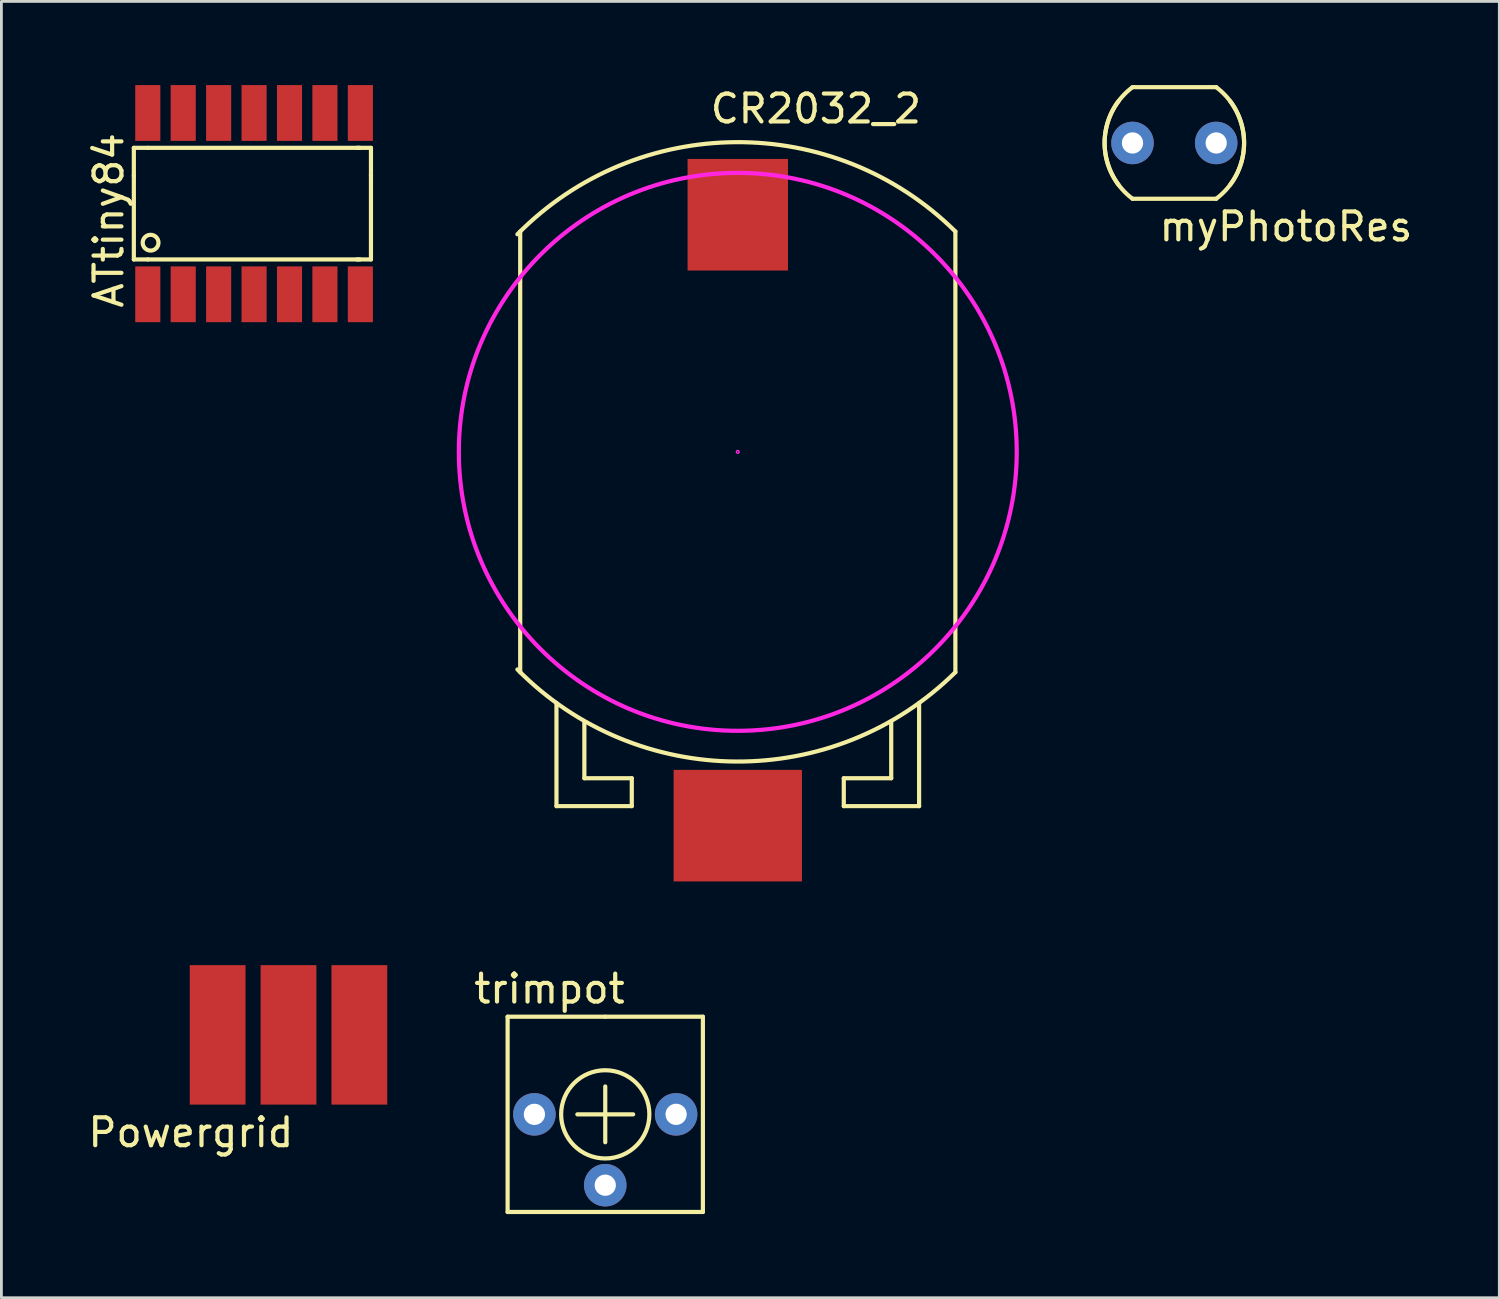
<source format=kicad_pcb>
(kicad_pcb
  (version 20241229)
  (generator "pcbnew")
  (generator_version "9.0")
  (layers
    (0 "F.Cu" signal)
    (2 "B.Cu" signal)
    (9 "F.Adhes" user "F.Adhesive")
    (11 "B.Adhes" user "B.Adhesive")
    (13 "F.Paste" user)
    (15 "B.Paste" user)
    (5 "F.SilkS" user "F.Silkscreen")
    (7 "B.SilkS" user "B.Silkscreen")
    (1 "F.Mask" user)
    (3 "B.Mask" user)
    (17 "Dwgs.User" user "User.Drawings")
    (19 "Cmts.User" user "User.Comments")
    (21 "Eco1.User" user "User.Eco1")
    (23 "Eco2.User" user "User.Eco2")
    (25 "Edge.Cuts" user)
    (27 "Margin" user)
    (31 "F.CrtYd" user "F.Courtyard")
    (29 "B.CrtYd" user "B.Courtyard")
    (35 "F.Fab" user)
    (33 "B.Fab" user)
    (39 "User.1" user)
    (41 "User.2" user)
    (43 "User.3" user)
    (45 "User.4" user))
  (footprint "trimpot"
    (layer "F.Cu")
    (at 18.647 36.897)
    (property "Reference" "trimpot" (at -2 -4.5 0) (layer "F.SilkS") (effects (font (size 1 1) (thickness 0.15))))
    (attr through_hole)
    (fp_line (start -3.5 -3.5) (end 0 -3.5) (stroke (width 0.15) (type solid)) (layer "F.SilkS"))
    (fp_line (start -3.5 3.5) (end -3.5 -3.5) (stroke (width 0.15) (type solid)) (layer "F.SilkS"))
    (fp_line (start 0 -3.5) (end 3.5 -3.5) (stroke (width 0.15) (type solid)) (layer "F.SilkS"))
    (fp_line (start 0 -1) (end 0 1) (stroke (width 0.15) (type solid)) (layer "F.SilkS"))
    (fp_line (start 1 0) (end -1 0) (stroke (width 0.15) (type solid)) (layer "F.SilkS"))
    (fp_line (start 3.5 -3.5) (end 3.5 3.5) (stroke (width 0.15) (type solid)) (layer "F.SilkS"))
    (fp_line (start 3.5 3.5) (end -3.5 3.5) (stroke (width 0.15) (type solid)) (layer "F.SilkS"))
    (fp_circle (center 0 0) (end 1.5 -0.5) (stroke (width 0.15) (type solid)) (fill no) (layer "F.SilkS"))
    (pad "1" thru_hole circle (at -2.54 0) (size 1.524 1.524) (drill 0.762) (layers "*.Cu" "*.Mask"))
    (pad "2" thru_hole circle (at 0 2.54) (size 1.524 1.524) (drill 0.762) (layers "*.Cu" "*.Mask"))
    (pad "3" thru_hole circle (at 2.54 0) (size 1.524 1.524) (drill 0.762) (layers "*.Cu" "*.Mask")))
  (footprint "Powergrid"
    (layer "F.Cu")
    (at 7.292 34.048)
    (property "Reference" "Powergrid" (at -3.5 3.5 0) (layer "F.SilkS") (effects (font (size 1 1) (thickness 0.15))))
    (attr through_hole)
    (pad "1" connect rect (at 2.54 0) (size 2 5) (layers "F.Cu" "F.Mask"))
    (pad "2" connect rect (at 0 0) (size 2 5) (layers "F.Cu" "F.Mask"))
    (pad "3" connect rect (at -2.54 0) (size 2 5) (layers "F.Cu" "F.Mask")))
  (footprint "ATtiny84"
    (layer "F.Cu")
    (at 2.248 7.5)
    (property "Reference" "ATtiny84" (at -1.4 -2.65 90) (layer "F.SilkS") (effects (font (size 1 1) (thickness 0.15))))
    (attr through_hole)
    (fp_line (start -0.5 -4.25) (end -0.5 -5.25) (stroke (width 0.15) (type solid)) (layer "F.SilkS"))
    (fp_line (start -0.5 -4.25) (end -0.5 -1.25) (stroke (width 0.15) (type solid)) (layer "F.SilkS"))
    (fp_line (start -0.5 -1.25) (end 0 -1.25) (stroke (width 0.15) (type solid)) (layer "F.SilkS"))
    (fp_line (start 0 -5.25) (end -0.5 -5.25) (stroke (width 0.15) (type solid)) (layer "F.SilkS"))
    (fp_line (start 0 -5.25) (end 7.6 -5.25) (stroke (width 0.15) (type solid)) (layer "F.SilkS"))
    (fp_line (start 7.5 -1.25) (end 8 -1.25) (stroke (width 0.15) (type solid)) (layer "F.SilkS"))
    (fp_line (start 7.6 -1.25) (end 0 -1.25) (stroke (width 0.15) (type solid)) (layer "F.SilkS"))
    (fp_line (start 8 -5.25) (end 7.5 -5.25) (stroke (width 0.15) (type solid)) (layer "F.SilkS"))
    (fp_line (start 8 -4.25) (end 8 -5.25) (stroke (width 0.15) (type solid)) (layer "F.SilkS"))
    (fp_line (start 8 -1.25) (end 8 -4.25) (stroke (width 0.15) (type solid)) (layer "F.SilkS"))
    (fp_circle (center 0.1 -1.85) (end 0.3 -2.05) (stroke (width 0.15) (type solid)) (fill no) (layer "F.SilkS"))
    (pad "1" smd rect (at 0 0) (size 0.9 2) (layers "F.Cu" "F.Mask" "F.Paste"))
    (pad "2" smd rect (at 1.27 0) (size 0.9 2) (layers "F.Cu" "F.Mask" "F.Paste"))
    (pad "3" smd rect (at 2.54 0) (size 0.9 2) (layers "F.Cu" "F.Mask" "F.Paste"))
    (pad "4" smd rect (at 3.81 0) (size 0.9 2) (layers "F.Cu" "F.Mask" "F.Paste"))
    (pad "5" smd rect (at 5.08 0) (size 0.9 2) (layers "F.Cu" "F.Mask" "F.Paste"))
    (pad "6" smd rect (at 6.35 0) (size 0.9 2) (layers "F.Cu" "F.Mask" "F.Paste"))
    (pad "7" smd rect (at 7.62 0) (size 0.9 2) (layers "F.Cu" "F.Mask" "F.Paste"))
    (pad "8" smd rect (at 7.62 -6.5) (size 0.9 2) (layers "F.Cu" "F.Mask" "F.Paste"))
    (pad "9" smd rect (at 6.35 -6.5) (size 0.9 2) (layers "F.Cu" "F.Mask" "F.Paste"))
    (pad "10" smd rect (at 5.08 -6.5) (size 0.9 2) (layers "F.Cu" "F.Mask" "F.Paste"))
    (pad "11" smd rect (at 3.81 -6.5) (size 0.9 2) (layers "F.Cu" "F.Mask" "F.Paste"))
    (pad "12" smd rect (at 2.54 -6.5) (size 0.9 2) (layers "F.Cu" "F.Mask" "F.Paste"))
    (pad "13" smd rect (at 1.27 -6.5) (size 0.9 2) (layers "F.Cu" "F.Mask" "F.Paste"))
    (pad "14" smd rect (at 0 -6.5) (size 0.9 2) (layers "F.Cu" "F.Mask" "F.Paste")))
  (footprint "CR2032_2"
    (layer "F.Cu")
    (at 23.398 4.648)
    (property "Reference" "CR2032_2" (at 2.8 -3.8 0) (layer "F.SilkS") (effects (font (size 1 1) (thickness 0.15))))
    (attr through_hole)
    (fp_line (start -7.8 16.4) (end -7.8 0.6) (stroke (width 0.15) (type solid)) (layer "F.SilkS"))
    (fp_line (start -6.5 21.2) (end -6.5 17.5) (stroke (width 0.15) (type solid)) (layer "F.SilkS"))
    (fp_line (start -5.5 20.2) (end -5.5 18.2) (stroke (width 0.15) (type solid)) (layer "F.SilkS"))
    (fp_line (start -3.8 20.2) (end -5.5 20.2) (stroke (width 0.15) (type solid)) (layer "F.SilkS"))
    (fp_line (start -3.8 21.2) (end -6.5 21.2) (stroke (width 0.15) (type solid)) (layer "F.SilkS"))
    (fp_line (start -3.8 21.2) (end -3.8 20.2) (stroke (width 0.15) (type solid)) (layer "F.SilkS"))
    (fp_line (start 3.8 20.2) (end 5.5 20.2) (stroke (width 0.15) (type solid)) (layer "F.SilkS"))
    (fp_line (start 3.8 21.2) (end 3.8 20.2) (stroke (width 0.15) (type solid)) (layer "F.SilkS"))
    (fp_line (start 3.8 21.2) (end 6.5 21.2) (stroke (width 0.15) (type solid)) (layer "F.SilkS"))
    (fp_line (start 5.5 20.2) (end 5.5 18.2) (stroke (width 0.15) (type solid)) (layer "F.SilkS"))
    (fp_line (start 6.5 21.2) (end 6.5 17.5) (stroke (width 0.15) (type solid)) (layer "F.SilkS"))
    (fp_line (start 7.8 0.6) (end 7.8 16.4) (stroke (width 0.15) (type solid)) (layer "F.SilkS"))
    (fp_arc (start -7.9 0.7) (mid -0.070711 -2.601576) (end 7.8 0.6) (stroke (width 0.15) (type solid)) (layer "F.SilkS"))
    (fp_arc (start 7.8 16.4) (mid -0.070711 19.601576) (end -7.9 16.3) (stroke (width 0.15) (type solid)) (layer "F.SilkS"))
    (fp_circle (center 0 8.5) (end 0 -1.5) (stroke (width 0.15) (type solid)) (fill no) (layer "F.CrtYd"))
    (fp_circle (center 0 8.5) (end 0.05 8.5) (stroke (width 0.05) (type solid)) (fill no) (layer "F.CrtYd"))
    (pad "1" smd rect (at 0 21.9) (size 4.6 4) (layers "F.Cu" "F.Mask" "F.Paste"))
    (pad "2" smd rect (at 0 0) (size 3.6 4) (layers "F.Cu" "F.Mask" "F.Paste")))
  (footprint "myPhotoRes"
    (layer "F.Cu")
    (at 37.548 2.075)
    (property "Reference" "myPhotoRes" (at 5.5 3 0) (layer "F.SilkS") (effects (font (size 1 1) (thickness 0.15))))
    (attr through_hole)
    (fp_line (start 0 2) (end 3 2) (stroke (width 0.15) (type solid)) (layer "F.SilkS"))
    (fp_line (start 3 -2) (end 0 -2) (stroke (width 0.15) (type solid)) (layer "F.SilkS"))
    (fp_arc (start -0.5 1.5) (mid -0.974874 -0.353553) (end 0 -2) (stroke (width 0.15) (type solid)) (layer "F.SilkS"))
    (fp_arc (start 0 2) (mid -0.974874 0.353553) (end -0.5 -1.5) (stroke (width 0.15) (type solid)) (layer "F.SilkS"))
    (fp_arc (start 3 -2) (mid 3.974874 -0.353553) (end 3.5 1.5) (stroke (width 0.15) (type solid)) (layer "F.SilkS"))
    (fp_arc (start 3.5 -1.5) (mid 3.974874 0.353553) (end 3 2) (stroke (width 0.15) (type solid)) (layer "F.SilkS"))
    (pad "1" thru_hole circle (at 0 0) (size 1.524 1.524) (drill 0.762) (layers "*.Cu" "*.Mask"))
    (pad "2" thru_hole circle (at 3 0) (size 1.524 1.524) (drill 0.762) (layers "*.Cu" "*.Mask")))
  (gr_rect
    (start -3 -3)
    (end 50.697 43.471)
    (stroke (width 0.1) (type default))
    (fill no)
    (layer "Edge.Cuts")))
</source>
